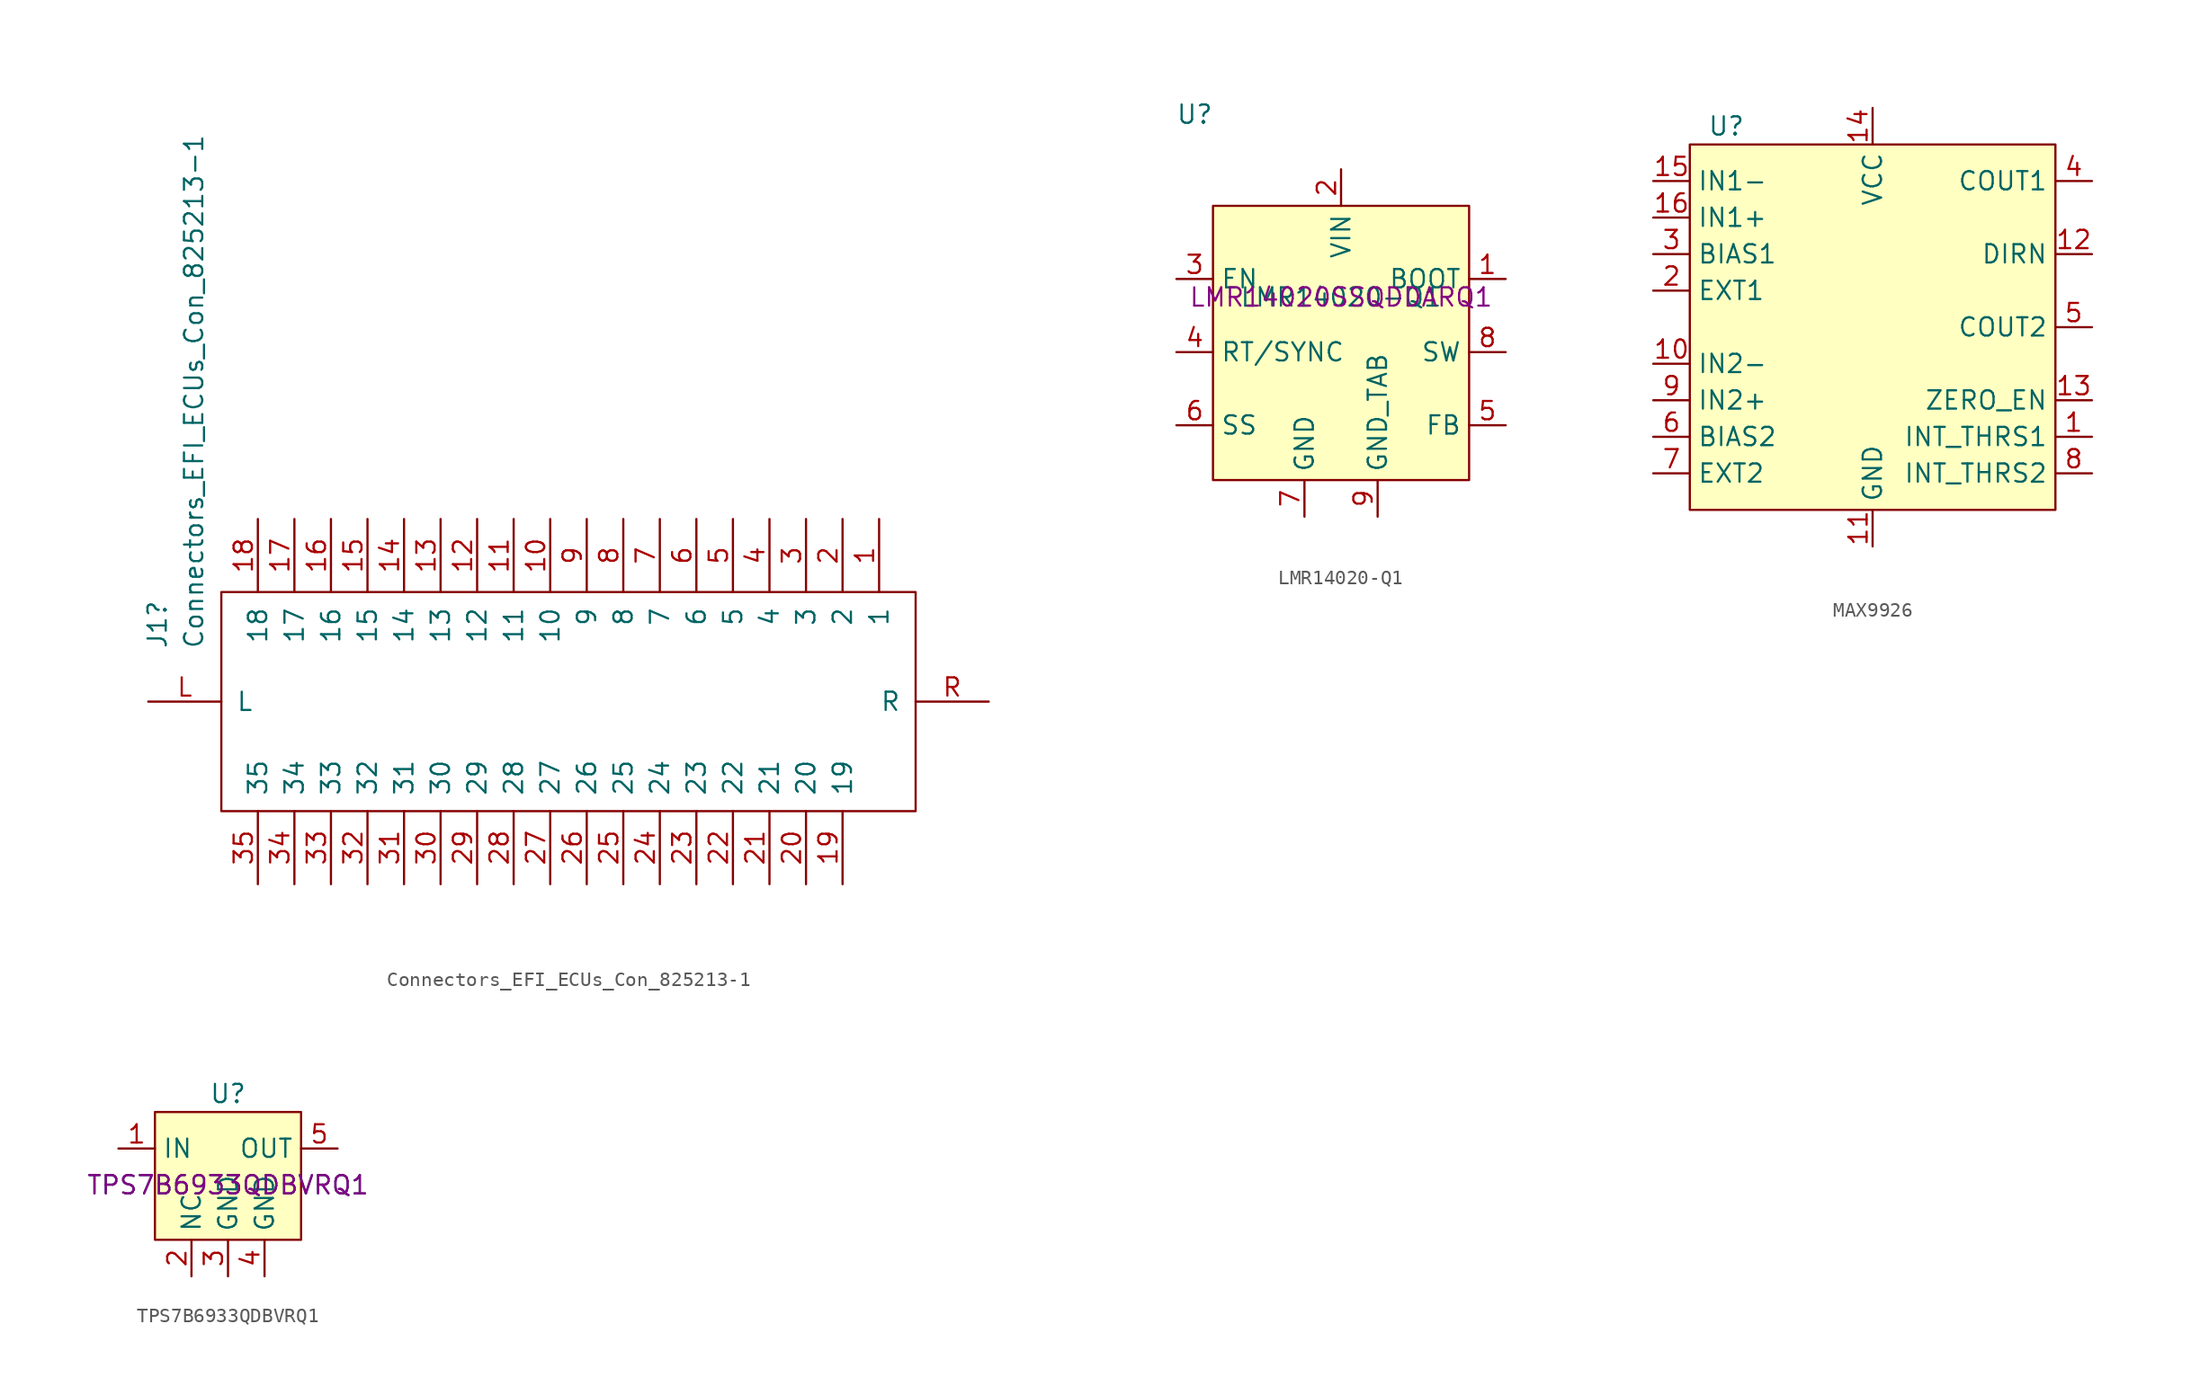
<source format=kicad_sym>
(kicad_symbol_lib
  (version 20231120)
  (generator "kicad_symbol_editor")
  (generator_version "8.0")
  (symbol "Connectors_EFI_ECUs_Con_825213-1"
    (pin_names
      (offset 1.016))
    (property "Reference" "J1"
      (at 6.985 3.626 90)
      (effects (font (size 1.27 1.27)) (justify left)))
    (property "Value" "Connectors_EFI_ECUs_Con_825213-1"
      (at 9.525 3.626 90)
      (effects (font (size 1.27 1.27)) (justify left)))
    (symbol "Connectors_EFI_ECUs_Con_825213-1_1_1"
      (polyline (pts (xy 11.43 7.62) (xy 59.69 7.62) (xy 59.69 -7.62) (xy 11.43 -7.62) (xy 11.43 7.62)) (stroke (width 0.152) (type solid)) (fill (type none)))
      (pin passive line (at 57.15 12.7 270) (length 5.08) (name "1" (effects (font (size 1.27 1.27)))) (number "1" (effects (font (size 1.27 1.27)))))
      (pin passive line (at 34.29 12.7 270) (length 5.08) (name "10" (effects (font (size 1.27 1.27)))) (number "10" (effects (font (size 1.27 1.27)))))
      (pin passive line (at 31.75 12.7 270) (length 5.08) (name "11" (effects (font (size 1.27 1.27)))) (number "11" (effects (font (size 1.27 1.27)))))
      (pin passive line (at 29.21 12.7 270) (length 5.08) (name "12" (effects (font (size 1.27 1.27)))) (number "12" (effects (font (size 1.27 1.27)))))
      (pin passive line (at 26.67 12.7 270) (length 5.08) (name "13" (effects (font (size 1.27 1.27)))) (number "13" (effects (font (size 1.27 1.27)))))
      (pin passive line (at 24.13 12.7 270) (length 5.08) (name "14" (effects (font (size 1.27 1.27)))) (number "14" (effects (font (size 1.27 1.27)))))
      (pin passive line (at 21.59 12.7 270) (length 5.08) (name "15" (effects (font (size 1.27 1.27)))) (number "15" (effects (font (size 1.27 1.27)))))
      (pin passive line (at 19.05 12.7 270) (length 5.08) (name "16" (effects (font (size 1.27 1.27)))) (number "16" (effects (font (size 1.27 1.27)))))
      (pin passive line (at 16.51 12.7 270) (length 5.08) (name "17" (effects (font (size 1.27 1.27)))) (number "17" (effects (font (size 1.27 1.27)))))
      (pin passive line (at 13.97 12.7 270) (length 5.08) (name "18" (effects (font (size 1.27 1.27)))) (number "18" (effects (font (size 1.27 1.27)))))
      (pin passive line (at 54.61 -12.7 90) (length 5.08) (name "19" (effects (font (size 1.27 1.27)))) (number "19" (effects (font (size 1.27 1.27)))))
      (pin passive line (at 54.61 12.7 270) (length 5.08) (name "2" (effects (font (size 1.27 1.27)))) (number "2" (effects (font (size 1.27 1.27)))))
      (pin passive line (at 52.07 -12.7 90) (length 5.08) (name "20" (effects (font (size 1.27 1.27)))) (number "20" (effects (font (size 1.27 1.27)))))
      (pin passive line (at 49.53 -12.7 90) (length 5.08) (name "21" (effects (font (size 1.27 1.27)))) (number "21" (effects (font (size 1.27 1.27)))))
      (pin passive line (at 46.99 -12.7 90) (length 5.08) (name "22" (effects (font (size 1.27 1.27)))) (number "22" (effects (font (size 1.27 1.27)))))
      (pin passive line (at 44.45 -12.7 90) (length 5.08) (name "23" (effects (font (size 1.27 1.27)))) (number "23" (effects (font (size 1.27 1.27)))))
      (pin passive line (at 41.91 -12.7 90) (length 5.08) (name "24" (effects (font (size 1.27 1.27)))) (number "24" (effects (font (size 1.27 1.27)))))
      (pin passive line (at 39.37 -12.7 90) (length 5.08) (name "25" (effects (font (size 1.27 1.27)))) (number "25" (effects (font (size 1.27 1.27)))))
      (pin passive line (at 36.83 -12.7 90) (length 5.08) (name "26" (effects (font (size 1.27 1.27)))) (number "26" (effects (font (size 1.27 1.27)))))
      (pin passive line (at 34.29 -12.7 90) (length 5.08) (name "27" (effects (font (size 1.27 1.27)))) (number "27" (effects (font (size 1.27 1.27)))))
      (pin passive line (at 31.75 -12.7 90) (length 5.08) (name "28" (effects (font (size 1.27 1.27)))) (number "28" (effects (font (size 1.27 1.27)))))
      (pin passive line (at 29.21 -12.7 90) (length 5.08) (name "29" (effects (font (size 1.27 1.27)))) (number "29" (effects (font (size 1.27 1.27)))))
      (pin passive line (at 52.07 12.7 270) (length 5.08) (name "3" (effects (font (size 1.27 1.27)))) (number "3" (effects (font (size 1.27 1.27)))))
      (pin passive line (at 26.67 -12.7 90) (length 5.08) (name "30" (effects (font (size 1.27 1.27)))) (number "30" (effects (font (size 1.27 1.27)))))
      (pin passive line (at 24.13 -12.7 90) (length 5.08) (name "31" (effects (font (size 1.27 1.27)))) (number "31" (effects (font (size 1.27 1.27)))))
      (pin passive line (at 21.59 -12.7 90) (length 5.08) (name "32" (effects (font (size 1.27 1.27)))) (number "32" (effects (font (size 1.27 1.27)))))
      (pin passive line (at 19.05 -12.7 90) (length 5.08) (name "33" (effects (font (size 1.27 1.27)))) (number "33" (effects (font (size 1.27 1.27)))))
      (pin passive line (at 16.51 -12.7 90) (length 5.08) (name "34" (effects (font (size 1.27 1.27)))) (number "34" (effects (font (size 1.27 1.27)))))
      (pin passive line (at 13.97 -12.7 90) (length 5.08) (name "35" (effects (font (size 1.27 1.27)))) (number "35" (effects (font (size 1.27 1.27)))))
      (pin passive line (at 49.53 12.7 270) (length 5.08) (name "4" (effects (font (size 1.27 1.27)))) (number "4" (effects (font (size 1.27 1.27)))))
      (pin passive line (at 46.99 12.7 270) (length 5.08) (name "5" (effects (font (size 1.27 1.27)))) (number "5" (effects (font (size 1.27 1.27)))))
      (pin passive line (at 44.45 12.7 270) (length 5.08) (name "6" (effects (font (size 1.27 1.27)))) (number "6" (effects (font (size 1.27 1.27)))))
      (pin passive line (at 41.91 12.7 270) (length 5.08) (name "7" (effects (font (size 1.27 1.27)))) (number "7" (effects (font (size 1.27 1.27)))))
      (pin passive line (at 39.37 12.7 270) (length 5.08) (name "8" (effects (font (size 1.27 1.27)))) (number "8" (effects (font (size 1.27 1.27)))))
      (pin passive line (at 36.83 12.7 270) (length 5.08) (name "9" (effects (font (size 1.27 1.27)))) (number "9" (effects (font (size 1.27 1.27)))))
      (pin passive line (at 6.35 0 0) (length 5.08) (name "L" (effects (font (size 1.27 1.27)))) (number "L" (effects (font (size 1.27 1.27)))))
      (pin passive line (at 64.77 0 180) (length 5.08) (name "R" (effects (font (size 1.27 1.27)))) (number "R" (effects (font (size 1.27 1.27)))))))
  (symbol "LMR14020-Q1"
    (property "Reference" "U"
      (at -10.16 12.7 0)
      (effects (font (size 1.27 1.27))))
    (property "Value" "LMR14020-Q1"
      (at 0 0 0)
      (effects (font (size 1.27 1.27))))
    (property "MPN" "LMR14020SSQDDARQ1"
      (at 0 0 0)
      (effects (font (size 1.27 1.27))))
    (symbol "LMR14020-Q1_1_1"
      (rectangle (start -8.89 6.35) (end 8.89 -12.7) (stroke (width 0) (type default)) (fill (type background)))
      (pin input line (at 11.43 1.27 180) (length 2.54) (name "BOOT" (effects (font (size 1.27 1.27)))) (number "1" (effects (font (size 1.27 1.27)))))
      (pin power_in line (at 0 8.89 270) (length 2.54) (name "VIN" (effects (font (size 1.27 1.27)))) (number "2" (effects (font (size 1.27 1.27)))))
      (pin input line (at -11.43 1.27 0) (length 2.54) (name "EN" (effects (font (size 1.27 1.27)))) (number "3" (effects (font (size 1.27 1.27)))))
      (pin input line (at -11.43 -3.81 0) (length 2.54) (name "RT/SYNC" (effects (font (size 1.27 1.27)))) (number "4" (effects (font (size 1.27 1.27)))))
      (pin input line (at 11.43 -8.89 180) (length 2.54) (name "FB" (effects (font (size 1.27 1.27)))) (number "5" (effects (font (size 1.27 1.27)))))
      (pin input line (at -11.43 -8.89 0) (length 2.54) (name "SS" (effects (font (size 1.27 1.27)))) (number "6" (effects (font (size 1.27 1.27)))))
      (pin power_in line (at -2.54 -15.24 90) (length 2.54) (name "GND" (effects (font (size 1.27 1.27)))) (number "7" (effects (font (size 1.27 1.27)))))
      (pin input line (at 11.43 -3.81 180) (length 2.54) (name "SW" (effects (font (size 1.27 1.27)))) (number "8" (effects (font (size 1.27 1.27)))))
      (pin power_in line (at 2.54 -15.24 90) (length 2.54) (name "GND_TAB" (effects (font (size 1.27 1.27)))) (number "9" (effects (font (size 1.27 1.27)))))))
  (symbol "MAX9926"
    (property "Reference" "U"
      (at -10.16 13.97 0)
      (effects (font (size 1.27 1.27))))
    (property "Value" ""
      (at 0 3.81 0)
      (effects (font (size 1.27 1.27))))
    (symbol "MAX9926_1_1"
      (rectangle (start -12.7 12.7) (end 12.7 -12.7) (stroke (width 0) (type default)) (fill (type background)))
      (pin input line (at 15.24 -7.62 180) (length 2.54) (name "INT_THRS1" (effects (font (size 1.27 1.27)))) (number "1" (effects (font (size 1.27 1.27)))))
      (pin input line (at -15.24 -2.54 0) (length 2.54) (name "IN2-" (effects (font (size 1.27 1.27)))) (number "10" (effects (font (size 1.27 1.27)))))
      (pin input line (at 0 -15.24 90) (length 2.54) (name "GND" (effects (font (size 1.27 1.27)))) (number "11" (effects (font (size 1.27 1.27)))))
      (pin input line (at 15.24 5.08 180) (length 2.54) (name "DIRN" (effects (font (size 1.27 1.27)))) (number "12" (effects (font (size 1.27 1.27)))))
      (pin input line (at 15.24 -5.08 180) (length 2.54) (name "ZERO_EN" (effects (font (size 1.27 1.27)))) (number "13" (effects (font (size 1.27 1.27)))))
      (pin input line (at 0 15.24 270) (length 2.54) (name "VCC" (effects (font (size 1.27 1.27)))) (number "14" (effects (font (size 1.27 1.27)))))
      (pin input line (at -15.24 10.16 0) (length 2.54) (name "IN1-" (effects (font (size 1.27 1.27)))) (number "15" (effects (font (size 1.27 1.27)))))
      (pin input line (at -15.24 7.62 0) (length 2.54) (name "IN1+" (effects (font (size 1.27 1.27)))) (number "16" (effects (font (size 1.27 1.27)))))
      (pin input line (at -15.24 2.54 0) (length 2.54) (name "EXT1" (effects (font (size 1.27 1.27)))) (number "2" (effects (font (size 1.27 1.27)))))
      (pin input line (at -15.24 5.08 0) (length 2.54) (name "BIAS1" (effects (font (size 1.27 1.27)))) (number "3" (effects (font (size 1.27 1.27)))))
      (pin input line (at 15.24 10.16 180) (length 2.54) (name "COUT1" (effects (font (size 1.27 1.27)))) (number "4" (effects (font (size 1.27 1.27)))))
      (pin input line (at 15.24 0 180) (length 2.54) (name "COUT2" (effects (font (size 1.27 1.27)))) (number "5" (effects (font (size 1.27 1.27)))))
      (pin input line (at -15.24 -7.62 0) (length 2.54) (name "BIAS2" (effects (font (size 1.27 1.27)))) (number "6" (effects (font (size 1.27 1.27)))))
      (pin input line (at -15.24 -10.16 0) (length 2.54) (name "EXT2" (effects (font (size 1.27 1.27)))) (number "7" (effects (font (size 1.27 1.27)))))
      (pin input line (at 15.24 -10.16 180) (length 2.54) (name "INT_THRS2" (effects (font (size 1.27 1.27)))) (number "8" (effects (font (size 1.27 1.27)))))
      (pin input line (at -15.24 -5.08 0) (length 2.54) (name "IN2+" (effects (font (size 1.27 1.27)))) (number "9" (effects (font (size 1.27 1.27)))))))
  (symbol "TPS7B6933QDBVRQ1"
    (property "Reference" "U"
      (at 0 6.35 0)
      (effects (font (size 1.27 1.27))))
    (property "Value" "TPS7B6933QDBVRQ1"
      (at 0 0 0)
      (effects (font (size 1.27 1.27))))
    (property "MPN" "TPS7B6933QDBVRQ1"
      (at 0 0 0)
      (effects (font (size 1.27 1.27))))
    (symbol "TPS7B6933QDBVRQ1_1_1"
      (rectangle (start -5.08 5.08) (end 5.08 -3.81) (stroke (width 0) (type default)) (fill (type background)))
      (pin input line (at -7.62 2.54 0) (length 2.54) (name "IN" (effects (font (size 1.27 1.27)))) (number "1" (effects (font (size 1.27 1.27)))))
      (pin input line (at -2.54 -6.35 90) (length 2.54) (name "NC" (effects (font (size 1.27 1.27)))) (number "2" (effects (font (size 1.27 1.27)))))
      (pin input line (at 0 -6.35 90) (length 2.54) (name "GND" (effects (font (size 1.27 1.27)))) (number "3" (effects (font (size 1.27 1.27)))))
      (pin input line (at 2.54 -6.35 90) (length 2.54) (name "GND" (effects (font (size 1.27 1.27)))) (number "4" (effects (font (size 1.27 1.27)))))
      (pin input line (at 7.62 2.54 180) (length 2.54) (name "OUT" (effects (font (size 1.27 1.27)))) (number "5" (effects (font (size 1.27 1.27))))))))
</source>
